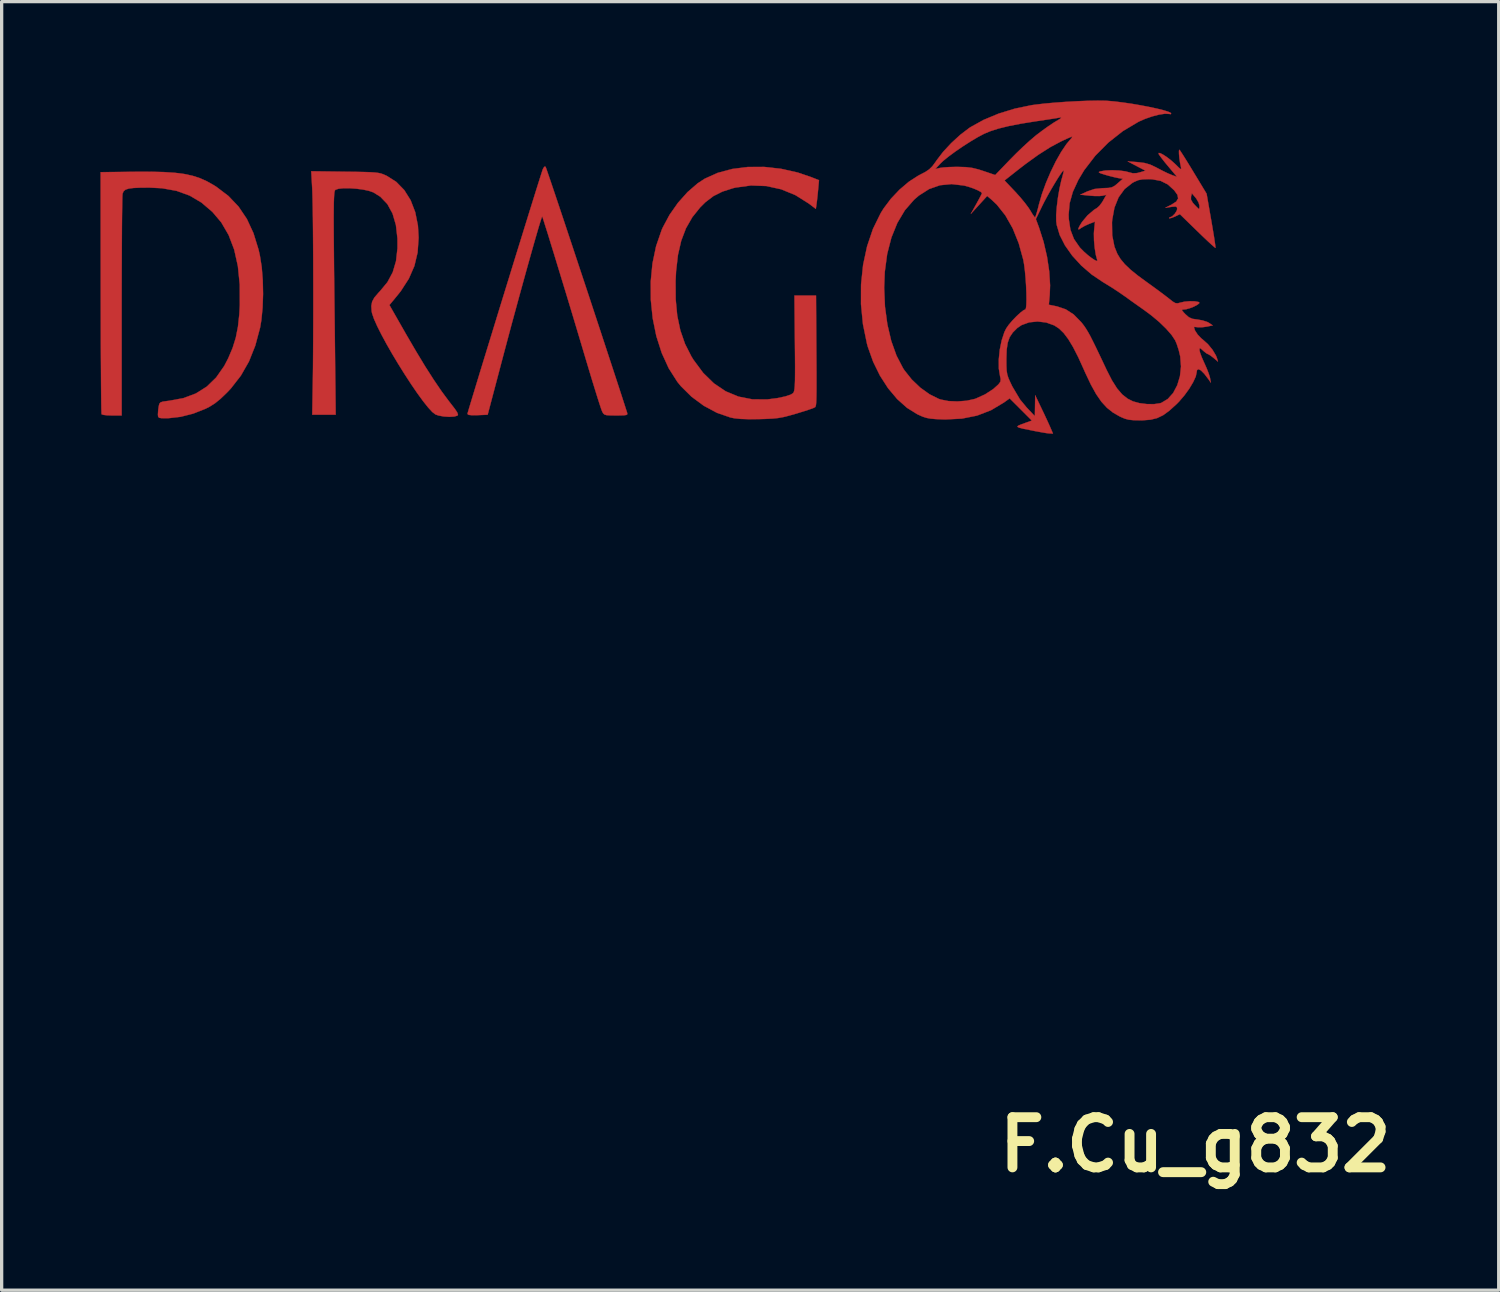
<source format=kicad_pcb>
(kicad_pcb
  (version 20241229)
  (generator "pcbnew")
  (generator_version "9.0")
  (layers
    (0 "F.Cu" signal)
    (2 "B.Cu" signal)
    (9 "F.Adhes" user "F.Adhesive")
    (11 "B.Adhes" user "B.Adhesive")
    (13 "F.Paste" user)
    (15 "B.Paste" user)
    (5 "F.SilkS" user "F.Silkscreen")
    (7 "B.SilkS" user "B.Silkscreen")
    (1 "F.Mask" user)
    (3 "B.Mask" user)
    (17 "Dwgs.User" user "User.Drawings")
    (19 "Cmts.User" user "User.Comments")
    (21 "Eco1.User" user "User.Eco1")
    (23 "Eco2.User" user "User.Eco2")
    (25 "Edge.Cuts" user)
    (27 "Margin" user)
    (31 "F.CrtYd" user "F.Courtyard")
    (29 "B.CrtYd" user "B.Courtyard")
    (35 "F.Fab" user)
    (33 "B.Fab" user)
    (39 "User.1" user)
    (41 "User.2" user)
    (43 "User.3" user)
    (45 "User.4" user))
  (footprint "F.Cu_g832"
    (layer "F.Cu")
    (at 33.241 31.704)
    (property "Reference" "F.Cu_g832" (at 0 0 0) (layer "F.SilkS") (effects (font (size 1.524 1.524) (thickness 0.3))))
    (attr through_hole)
    (fp_poly (pts (xy -19.711 -29.65) (xy -19.67 -29.533) (xy -19.607 -29.349) (xy -19.524 -29.104) (xy -19.423 -28.804) (xy -19.307 -28.458) (xy -19.177 -28.07) (xy -19.037 -27.648) (xy -18.887 -27.198) (xy -18.731 -26.727) (xy -18.57 -26.242) (xy -18.406 -25.748) (xy -18.243 -25.253) (xy -18.081 -24.763) (xy -17.924 -24.285) (xy -17.773 -23.825) (xy -17.63 -23.39) (xy -17.498 -22.987) (xy -17.379 -22.621) (xy -17.276 -22.3) (xy -17.248 -22.214) (xy -17.244 -22.178) (xy -17.272 -22.156) (xy -17.346 -22.145) (xy -17.481 -22.141) (xy -17.586 -22.14) (xy -17.761 -22.142) (xy -17.872 -22.149) (xy -17.938 -22.168) (xy -17.977 -22.204) (xy -18.007 -22.257) (xy -18.033 -22.324) (xy -18.079 -22.461) (xy -18.143 -22.661) (xy -18.221 -22.911) (xy -18.311 -23.202) (xy -18.408 -23.524) (xy -18.501 -23.834) (xy -18.614 -24.213) (xy -18.734 -24.614) (xy -18.858 -25.028) (xy -18.984 -25.447) (xy -19.11 -25.863) (xy -19.234 -26.269) (xy -19.352 -26.656) (xy -19.462 -27.017) (xy -19.563 -27.343) (xy -19.65 -27.628) (xy -19.724 -27.861) (xy -19.779 -28.037) (xy -19.815 -28.147) (xy -19.829 -28.183) (xy -19.845 -28.148) (xy -19.88 -28.039) (xy -19.934 -27.864) (xy -20.003 -27.628) (xy -20.086 -27.34) (xy -20.18 -27.007) (xy -20.284 -26.636) (xy -20.395 -26.235) (xy -20.512 -25.81) (xy -20.632 -25.37) (xy -20.754 -24.922) (xy -20.874 -24.473) (xy -20.992 -24.03) (xy -21.016 -23.939) (xy -21.485 -22.162) (xy -21.792 -22.149) (xy -21.964 -22.147) (xy -22.063 -22.158) (xy -22.098 -22.185) (xy -22.098 -22.189) (xy -22.086 -22.235) (xy -22.051 -22.355) (xy -21.995 -22.541) (xy -21.92 -22.788) (xy -21.829 -23.088) (xy -21.724 -23.434) (xy -21.606 -23.819) (xy -21.478 -24.236) (xy -21.342 -24.678) (xy -21.201 -25.139) (xy -21.056 -25.611) (xy -20.909 -26.087) (xy -20.763 -26.561) (xy -20.62 -27.025) (xy -20.481 -27.472) (xy -20.35 -27.896) (xy -20.228 -28.29) (xy -20.117 -28.646) (xy -20.02 -28.958) (xy -19.938 -29.218) (xy -19.874 -29.421) (xy -19.83 -29.558) (xy -19.808 -29.622) (xy -19.766 -29.692) (xy -19.728 -29.693) (xy -19.711 -29.65)) (stroke (width 0.01) (type solid)) (fill yes) (layer "F.Cu"))
    (fp_poly (pts (xy -31.32 -29.53) (xy -30.983 -29.508) (xy -30.695 -29.471) (xy -30.444 -29.417) (xy -30.219 -29.344) (xy -30.008 -29.249) (xy -29.799 -29.131) (xy -29.726 -29.085) (xy -29.358 -28.806) (xy -29.049 -28.482) (xy -28.796 -28.107) (xy -28.595 -27.674) (xy -28.441 -27.175) (xy -28.4 -26.993) (xy -28.345 -26.645) (xy -28.313 -26.248) (xy -28.304 -25.829) (xy -28.318 -25.417) (xy -28.355 -25.038) (xy -28.394 -24.807) (xy -28.54 -24.262) (xy -28.732 -23.78) (xy -28.977 -23.351) (xy -29.279 -22.963) (xy -29.4 -22.834) (xy -29.593 -22.649) (xy -29.76 -22.513) (xy -29.927 -22.407) (xy -30.057 -22.341) (xy -30.426 -22.196) (xy -30.809 -22.099) (xy -31.176 -22.057) (xy -31.24 -22.056) (xy -31.381 -22.057) (xy -31.458 -22.069) (xy -31.489 -22.1) (xy -31.496 -22.159) (xy -31.496 -22.177) (xy -31.487 -22.314) (xy -31.47 -22.427) (xy -31.452 -22.496) (xy -31.417 -22.537) (xy -31.344 -22.561) (xy -31.214 -22.579) (xy -31.164 -22.585) (xy -30.727 -22.665) (xy -30.345 -22.807) (xy -30.013 -23.016) (xy -29.728 -23.293) (xy -29.484 -23.642) (xy -29.362 -23.876) (xy -29.229 -24.189) (xy -29.132 -24.5) (xy -29.066 -24.835) (xy -29.025 -25.214) (xy -29.01 -25.488) (xy -29.012 -26.113) (xy -29.069 -26.675) (xy -29.181 -27.177) (xy -29.35 -27.619) (xy -29.575 -28.005) (xy -29.843 -28.321) (xy -30.176 -28.605) (xy -30.536 -28.817) (xy -30.932 -28.96) (xy -31.373 -29.039) (xy -31.75 -29.058) (xy -32.031 -29.056) (xy -32.238 -29.047) (xy -32.384 -29.028) (xy -32.48 -28.996) (xy -32.537 -28.949) (xy -32.566 -28.884) (xy -32.57 -28.865) (xy -32.575 -28.803) (xy -32.579 -28.662) (xy -32.582 -28.451) (xy -32.586 -28.175) (xy -32.589 -27.842) (xy -32.591 -27.457) (xy -32.593 -27.029) (xy -32.595 -26.563) (xy -32.596 -26.067) (xy -32.597 -25.547) (xy -32.597 -25.437) (xy -32.597 -22.14) (xy -32.891 -22.14) (xy -33.04 -22.145) (xy -33.153 -22.158) (xy -33.206 -22.176) (xy -33.207 -22.177) (xy -33.21 -22.224) (xy -33.214 -22.349) (xy -33.217 -22.547) (xy -33.22 -22.811) (xy -33.223 -23.134) (xy -33.225 -23.512) (xy -33.228 -23.937) (xy -33.23 -24.404) (xy -33.231 -24.905) (xy -33.232 -25.436) (xy -33.233 -25.87) (xy -33.236 -29.527) (xy -32.188 -29.539) (xy -31.718 -29.54) (xy -31.32 -29.53)) (stroke (width 0.01) (type solid)) (fill yes) (layer "F.Cu"))
    (fp_poly (pts (xy -12.581 -29.63) (xy -12.072 -29.516) (xy -11.65 -29.372) (xy -11.425 -29.283) (xy -11.451 -29.003) (xy -11.468 -28.829) (xy -11.486 -28.664) (xy -11.499 -28.567) (xy -11.521 -28.412) (xy -11.736 -28.575) (xy -12.14 -28.829) (xy -12.573 -29.007) (xy -13.026 -29.106) (xy -13.491 -29.123) (xy -13.959 -29.059) (xy -14.03 -29.042) (xy -14.358 -28.937) (xy -14.63 -28.801) (xy -14.873 -28.616) (xy -15.03 -28.461) (xy -15.272 -28.159) (xy -15.464 -27.824) (xy -15.608 -27.446) (xy -15.707 -27.016) (xy -15.764 -26.524) (xy -15.779 -26.226) (xy -15.776 -25.666) (xy -15.729 -25.17) (xy -15.635 -24.723) (xy -15.493 -24.314) (xy -15.299 -23.931) (xy -15.235 -23.828) (xy -14.94 -23.431) (xy -14.614 -23.113) (xy -14.257 -22.873) (xy -13.868 -22.712) (xy -13.449 -22.63) (xy -12.998 -22.627) (xy -12.687 -22.667) (xy -12.444 -22.719) (xy -12.283 -22.773) (xy -12.213 -22.817) (xy -12.194 -22.845) (xy -12.179 -22.888) (xy -12.168 -22.954) (xy -12.16 -23.052) (xy -12.154 -23.19) (xy -12.152 -23.379) (xy -12.151 -23.625) (xy -12.153 -23.939) (xy -12.157 -24.329) (xy -12.157 -24.338) (xy -12.171 -25.781) (xy -11.843 -25.781) (xy -11.515 -25.781) (xy -11.506 -24.268) (xy -11.503 -23.825) (xy -11.501 -23.46) (xy -11.501 -23.164) (xy -11.501 -22.93) (xy -11.503 -22.751) (xy -11.506 -22.618) (xy -11.511 -22.523) (xy -11.517 -22.461) (xy -11.526 -22.422) (xy -11.537 -22.399) (xy -11.545 -22.39) (xy -11.596 -22.366) (xy -11.712 -22.324) (xy -11.877 -22.27) (xy -12.074 -22.209) (xy -12.107 -22.199) (xy -12.329 -22.136) (xy -12.507 -22.091) (xy -12.669 -22.062) (xy -12.84 -22.045) (xy -13.049 -22.035) (xy -13.25 -22.029) (xy -13.563 -22.027) (xy -13.806 -22.035) (xy -13.997 -22.055) (xy -14.115 -22.079) (xy -14.524 -22.221) (xy -14.923 -22.435) (xy -15.293 -22.708) (xy -15.616 -23.027) (xy -15.726 -23.162) (xy -15.988 -23.573) (xy -16.201 -24.04) (xy -16.364 -24.55) (xy -16.474 -25.09) (xy -16.531 -25.647) (xy -16.534 -26.206) (xy -16.481 -26.755) (xy -16.371 -27.28) (xy -16.203 -27.769) (xy -16.171 -27.842) (xy -15.963 -28.231) (xy -15.707 -28.596) (xy -15.418 -28.92) (xy -15.11 -29.187) (xy -14.895 -29.328) (xy -14.505 -29.504) (xy -14.066 -29.623) (xy -13.591 -29.684) (xy -13.091 -29.686) (xy -12.581 -29.63)) (stroke (width 0.01) (type solid)) (fill yes) (layer "F.Cu"))
    (fp_poly (pts (xy -25.814 -29.541) (xy -25.492 -29.537) (xy -25.243 -29.532) (xy -25.053 -29.526) (xy -24.912 -29.517) (xy -24.806 -29.504) (xy -24.723 -29.486) (xy -24.652 -29.461) (xy -24.58 -29.429) (xy -24.553 -29.417) (xy -24.261 -29.233) (xy -24.017 -28.983) (xy -23.823 -28.674) (xy -23.684 -28.312) (xy -23.602 -27.904) (xy -23.581 -27.538) (xy -23.612 -27.09) (xy -23.709 -26.681) (xy -23.878 -26.294) (xy -24.122 -25.916) (xy -24.237 -25.772) (xy -24.468 -25.493) (xy -23.976 -24.631) (xy -23.663 -24.094) (xy -23.38 -23.626) (xy -23.122 -23.223) (xy -22.886 -22.876) (xy -22.666 -22.579) (xy -22.609 -22.506) (xy -22.485 -22.345) (xy -22.412 -22.237) (xy -22.386 -22.171) (xy -22.399 -22.137) (xy -22.4 -22.136) (xy -22.499 -22.107) (xy -22.649 -22.098) (xy -22.818 -22.109) (xy -22.976 -22.138) (xy -23.072 -22.172) (xy -23.168 -22.247) (xy -23.296 -22.387) (xy -23.45 -22.581) (xy -23.623 -22.819) (xy -23.81 -23.092) (xy -24.002 -23.387) (xy -24.195 -23.696) (xy -24.382 -24.007) (xy -24.556 -24.311) (xy -24.71 -24.596) (xy -24.839 -24.853) (xy -24.936 -25.071) (xy -24.994 -25.239) (xy -25.007 -25.302) (xy -25.017 -25.464) (xy -24.992 -25.596) (xy -24.923 -25.722) (xy -24.799 -25.867) (xy -24.753 -25.915) (xy -24.528 -26.187) (xy -24.367 -26.488) (xy -24.267 -26.827) (xy -24.223 -27.216) (xy -24.224 -27.514) (xy -24.271 -27.924) (xy -24.373 -28.272) (xy -24.53 -28.558) (xy -24.742 -28.78) (xy -24.954 -28.913) (xy -25.092 -28.961) (xy -25.272 -28.999) (xy -25.475 -29.025) (xy -25.679 -29.039) (xy -25.866 -29.038) (xy -26.015 -29.023) (xy -26.106 -28.991) (xy -26.117 -28.981) (xy -26.128 -28.957) (xy -26.138 -28.911) (xy -26.145 -28.837) (xy -26.151 -28.729) (xy -26.156 -28.583) (xy -26.158 -28.392) (xy -26.16 -28.151) (xy -26.159 -27.854) (xy -26.157 -27.496) (xy -26.153 -27.071) (xy -26.149 -26.574) (xy -26.142 -25.998) (xy -26.141 -25.895) (xy -26.135 -25.387) (xy -26.129 -24.895) (xy -26.124 -24.428) (xy -26.119 -23.994) (xy -26.115 -23.6) (xy -26.111 -23.253) (xy -26.107 -22.963) (xy -26.105 -22.737) (xy -26.103 -22.581) (xy -26.102 -22.521) (xy -26.099 -22.162) (xy -26.811 -22.162) (xy -26.793 -23.22) (xy -26.788 -23.576) (xy -26.785 -23.978) (xy -26.782 -24.418) (xy -26.78 -24.884) (xy -26.779 -25.369) (xy -26.779 -25.861) (xy -26.78 -26.352) (xy -26.781 -26.832) (xy -26.784 -27.291) (xy -26.787 -27.719) (xy -26.791 -28.108) (xy -26.796 -28.447) (xy -26.802 -28.727) (xy -26.808 -28.938) (xy -26.812 -29.033) (xy -26.842 -29.555) (xy -25.814 -29.541)) (stroke (width 0.01) (type solid)) (fill yes) (layer "F.Cu"))
    (fp_poly (pts (xy -2.733 -31.696) (xy -2.688 -31.694) (xy -2.464 -31.675) (xy -2.21 -31.644) (xy -1.94 -31.605) (xy -1.666 -31.558) (xy -1.404 -31.508) (xy -1.167 -31.457) (xy -0.968 -31.408) (xy -0.822 -31.363) (xy -0.742 -31.324) (xy -0.734 -31.315) (xy -0.742 -31.288) (xy -0.798 -31.295) (xy -0.923 -31.301) (xy -1.101 -31.274) (xy -1.309 -31.22) (xy -1.526 -31.145) (xy -1.719 -31.06) (xy -2.196 -30.776) (xy -2.639 -30.427) (xy -3.037 -30.026) (xy -3.375 -29.586) (xy -3.552 -29.291) (xy -3.719 -28.928) (xy -3.816 -28.583) (xy -3.846 -28.238) (xy -3.842 -28.11) (xy -3.792 -27.779) (xy -3.684 -27.497) (xy -3.511 -27.247) (xy -3.487 -27.22) (xy -3.382 -27.114) (xy -3.266 -27.011) (xy -3.152 -26.923) (xy -3.056 -26.859) (xy -2.992 -26.83) (xy -2.974 -26.846) (xy -2.976 -26.854) (xy -3.02 -27.015) (xy -3.054 -27.226) (xy -3.075 -27.454) (xy -3.079 -27.666) (xy -3.073 -27.755) (xy -3.046 -28.025) (xy -3.227 -27.955) (xy -3.355 -27.897) (xy -3.459 -27.838) (xy -3.482 -27.821) (xy -3.54 -27.784) (xy -3.552 -27.809) (xy -3.518 -27.886) (xy -3.442 -28.01) (xy -3.44 -28.013) (xy -3.272 -28.215) (xy -3.076 -28.382) (xy -2.985 -28.439) (xy -2.913 -28.503) (xy -2.832 -28.61) (xy -2.8 -28.663) (xy -2.7 -28.84) (xy -2.812 -28.812) (xy -2.911 -28.802) (xy -3.061 -28.803) (xy -3.208 -28.814) (xy -3.493 -28.843) (xy -3.281 -28.941) (xy -3.061 -29.016) (xy -2.81 -29.042) (xy -2.794 -29.042) (xy -2.637 -29.048) (xy -2.531 -29.068) (xy -2.444 -29.115) (xy -2.36 -29.185) (xy -2.2 -29.326) (xy -2.338 -29.348) (xy -2.455 -29.373) (xy -2.613 -29.413) (xy -2.731 -29.446) (xy -2.864 -29.488) (xy -2.925 -29.515) (xy -2.924 -29.535) (xy -2.879 -29.552) (xy -2.723 -29.578) (xy -2.522 -29.586) (xy -2.31 -29.577) (xy -2.124 -29.552) (xy -2.039 -29.53) (xy -1.898 -29.493) (xy -1.771 -29.499) (xy -1.689 -29.52) (xy -1.512 -29.571) (xy -1.783 -29.713) (xy -2.053 -29.855) (xy -1.743 -29.831) (xy -1.542 -29.806) (xy -1.375 -29.759) (xy -1.197 -29.676) (xy -1.151 -29.651) (xy -0.988 -29.566) (xy -0.831 -29.49) (xy -0.713 -29.441) (xy -0.711 -29.44) (xy -0.554 -29.384) (xy -0.81 -29.689) (xy -0.928 -29.831) (xy -1.027 -29.958) (xy -1.093 -30.048) (xy -1.109 -30.072) (xy -1.112 -30.11) (xy -1.064 -30.103) (xy -0.978 -30.059) (xy -0.867 -29.987) (xy -0.747 -29.895) (xy -0.63 -29.792) (xy -0.597 -29.76) (xy -0.497 -29.662) (xy -0.444 -29.62) (xy -0.428 -29.63) (xy -0.435 -29.676) (xy -0.463 -29.814) (xy -0.484 -29.957) (xy -0.495 -30.084) (xy -0.496 -30.175) (xy -0.484 -30.208) (xy -0.478 -30.205) (xy -0.444 -30.156) (xy -0.374 -30.048) (xy -0.276 -29.892) (xy -0.158 -29.7) (xy -0.047 -29.517) (xy 0.343 -28.872) (xy 0.485 -28.057) (xy 0.528 -27.805) (xy 0.565 -27.584) (xy 0.592 -27.405) (xy 0.609 -27.282) (xy 0.614 -27.228) (xy 0.613 -27.227) (xy 0.58 -27.25) (xy 0.496 -27.324) (xy 0.372 -27.438) (xy 0.217 -27.585) (xy 0.065 -27.732) (xy -0.468 -28.251) (xy -0.62 -28.178) (xy -0.722 -28.138) (xy -0.787 -28.125) (xy -0.795 -28.129) (xy -0.788 -28.151) (xy -0.777 -28.152) (xy -0.702 -28.185) (xy -0.621 -28.265) (xy -0.563 -28.358) (xy -0.55 -28.411) (xy -0.559 -28.464) (xy -0.601 -28.483) (xy -0.699 -28.476) (xy -0.73 -28.472) (xy -0.91 -28.446) (xy -0.72 -28.542) (xy -0.579 -28.633) (xy -0.541 -28.694) (xy -0.131 -28.694) (xy -0.077 -28.599) (xy -0.028 -28.543) (xy 0.053 -28.46) (xy 0.105 -28.411) (xy 0.114 -28.406) (xy 0.124 -28.442) (xy 0.127 -28.508) (xy 0.1 -28.605) (xy 0.034 -28.719) (xy 0.012 -28.748) (xy -0.104 -28.885) (xy -0.13 -28.783) (xy -0.131 -28.694) (xy -0.541 -28.694) (xy -0.521 -28.728) (xy -0.542 -28.839) (xy -0.639 -28.975) (xy -0.834 -29.154) (xy -1.052 -29.263) (xy -1.312 -29.311) (xy -1.418 -29.315) (xy -1.598 -29.309) (xy -1.73 -29.285) (xy -1.85 -29.234) (xy -1.909 -29.202) (xy -2.148 -29.013) (xy -2.33 -28.762) (xy -2.455 -28.45) (xy -2.523 -28.079) (xy -2.529 -27.999) (xy -2.523 -27.611) (xy -2.455 -27.266) (xy -2.369 -27.051) (xy -2.272 -26.891) (xy -2.141 -26.733) (xy -1.965 -26.565) (xy -1.733 -26.378) (xy -1.498 -26.206) (xy -1.298 -26.062) (xy -1.104 -25.92) (xy -0.936 -25.794) (xy -0.813 -25.699) (xy -0.794 -25.684) (xy -0.678 -25.593) (xy -0.6 -25.55) (xy -0.532 -25.545) (xy -0.459 -25.565) (xy -0.328 -25.595) (xy -0.17 -25.609) (xy -0.019 -25.606) (xy 0.094 -25.586) (xy 0.119 -25.575) (xy 0.117 -25.543) (xy 0.054 -25.495) (xy -0.046 -25.443) (xy -0.164 -25.397) (xy -0.278 -25.365) (xy -0.344 -25.358) (xy -0.398 -25.353) (xy -0.403 -25.33) (xy -0.356 -25.272) (xy -0.301 -25.214) (xy -0.197 -25.123) (xy -0.09 -25.075) (xy 0.062 -25.053) (xy 0.063 -25.053) (xy 0.218 -25.026) (xy 0.358 -24.981) (xy 0.409 -24.955) (xy 0.529 -24.875) (xy 0.36 -24.839) (xy 0.219 -24.819) (xy 0.091 -24.817) (xy 0.074 -24.819) (xy -0.01 -24.828) (xy -0.042 -24.827) (xy -0.011 -24.723) (xy 0.07 -24.598) (xy 0.18 -24.482) (xy 0.224 -24.447) (xy 0.382 -24.306) (xy 0.524 -24.132) (xy 0.628 -23.957) (xy 0.658 -23.878) (xy 0.688 -23.775) (xy 0.553 -23.889) (xy 0.461 -23.96) (xy 0.395 -24) (xy 0.384 -24.003) (xy 0.334 -24.029) (xy 0.253 -24.094) (xy 0.239 -24.107) (xy 0.165 -24.172) (xy 0.134 -24.181) (xy 0.127 -24.137) (xy 0.127 -24.123) (xy 0.145 -24.045) (xy 0.192 -23.916) (xy 0.259 -23.763) (xy 0.273 -23.734) (xy 0.347 -23.567) (xy 0.408 -23.41) (xy 0.444 -23.292) (xy 0.446 -23.283) (xy 0.473 -23.135) (xy 0.399 -23.241) (xy 0.272 -23.407) (xy 0.169 -23.51) (xy 0.093 -23.546) (xy 0.05 -23.513) (xy 0.042 -23.456) (xy 0.014 -23.323) (xy -0.066 -23.15) (xy -0.184 -22.953) (xy -0.331 -22.75) (xy -0.495 -22.559) (xy -0.566 -22.487) (xy -0.785 -22.288) (xy -0.975 -22.149) (xy -1.16 -22.06) (xy -1.36 -22.011) (xy -1.598 -21.993) (xy -1.672 -21.992) (xy -1.87 -21.996) (xy -2.014 -22.01) (xy -2.135 -22.041) (xy -2.262 -22.095) (xy -2.296 -22.111) (xy -2.502 -22.23) (xy -2.684 -22.375) (xy -2.851 -22.558) (xy -3.011 -22.79) (xy -3.172 -23.081) (xy -3.342 -23.441) (xy -3.381 -23.529) (xy -3.554 -23.91) (xy -3.711 -24.217) (xy -3.857 -24.459) (xy -3.997 -24.644) (xy -4.138 -24.78) (xy -4.283 -24.875) (xy -4.528 -24.963) (xy -4.79 -24.993) (xy -5.046 -24.967) (xy -5.274 -24.884) (xy -5.403 -24.797) (xy -5.541 -24.659) (xy -5.637 -24.516) (xy -5.696 -24.348) (xy -5.727 -24.137) (xy -5.736 -23.862) (xy -5.736 -23.855) (xy -5.735 -23.649) (xy -5.728 -23.501) (xy -5.709 -23.384) (xy -5.673 -23.272) (xy -5.613 -23.138) (xy -5.555 -23.018) (xy -5.323 -22.627) (xy -5.122 -22.383) (xy -4.871 -22.119) (xy -4.861 -22.754) (xy -4.669 -22.352) (xy -4.578 -22.162) (xy -4.493 -21.979) (xy -4.425 -21.83) (xy -4.399 -21.77) (xy -4.321 -21.59) (xy -4.436 -21.595) (xy -4.524 -21.605) (xy -4.672 -21.63) (xy -4.858 -21.664) (xy -5.016 -21.696) (xy -5.224 -21.738) (xy -5.351 -21.77) (xy -5.402 -21.797) (xy -5.38 -21.828) (xy -5.287 -21.868) (xy -5.126 -21.926) (xy -5.116 -21.93) (xy -4.962 -21.985) (xy -5.299 -22.322) (xy -5.636 -22.659) (xy -5.813 -22.532) (xy -6.205 -22.298) (xy -6.627 -22.136) (xy -7.088 -22.044) (xy -7.593 -22.019) (xy -7.662 -22.021) (xy -7.881 -22.03) (xy -8.04 -22.044) (xy -8.163 -22.067) (xy -8.277 -22.104) (xy -8.405 -22.161) (xy -8.443 -22.179) (xy -8.755 -22.373) (xy -9.053 -22.64) (xy -9.329 -22.969) (xy -9.574 -23.349) (xy -9.78 -23.769) (xy -9.94 -24.217) (xy -9.969 -24.32) (xy -10.091 -24.914) (xy -10.15 -25.519) (xy -10.149 -26.017) (xy -9.447 -26.017) (xy -9.422 -25.444) (xy -9.349 -24.903) (xy -9.232 -24.404) (xy -9.073 -23.959) (xy -8.875 -23.578) (xy -8.831 -23.511) (xy -8.609 -23.232) (xy -8.349 -22.984) (xy -8.069 -22.783) (xy -7.79 -22.644) (xy -7.727 -22.623) (xy -7.494 -22.577) (xy -7.221 -22.566) (xy -6.943 -22.587) (xy -6.699 -22.641) (xy -6.659 -22.655) (xy -6.382 -22.781) (xy -6.137 -22.94) (xy -5.98 -23.08) (xy -5.918 -23.163) (xy -5.909 -23.247) (xy -5.927 -23.328) (xy -5.965 -23.559) (xy -5.967 -23.837) (xy -5.937 -24.135) (xy -5.878 -24.422) (xy -5.795 -24.673) (xy -5.738 -24.787) (xy -5.661 -24.896) (xy -5.553 -25.023) (xy -5.432 -25.149) (xy -5.314 -25.258) (xy -5.217 -25.333) (xy -5.161 -25.358) (xy -5.141 -25.397) (xy -5.13 -25.505) (xy -5.126 -25.666) (xy -5.129 -25.865) (xy -5.138 -26.086) (xy -5.153 -26.312) (xy -5.173 -26.53) (xy -5.197 -26.722) (xy -5.221 -26.861) (xy -5.361 -27.368) (xy -5.544 -27.822) (xy -5.703 -28.103) (xy -4.841 -28.103) (xy -4.744 -27.842) (xy -4.606 -27.41) (xy -4.502 -26.959) (xy -4.435 -26.512) (xy -4.409 -26.091) (xy -4.42 -25.8) (xy -4.447 -25.502) (xy -4.198 -25.451) (xy -3.933 -25.362) (xy -3.694 -25.207) (xy -3.467 -24.976) (xy -3.431 -24.932) (xy -3.373 -24.856) (xy -3.318 -24.774) (xy -3.259 -24.677) (xy -3.191 -24.555) (xy -3.111 -24.397) (xy -3.011 -24.194) (xy -2.888 -23.937) (xy -2.735 -23.614) (xy -2.696 -23.53) (xy -2.533 -23.21) (xy -2.377 -22.963) (xy -2.22 -22.779) (xy -2.053 -22.648) (xy -1.89 -22.567) (xy -1.695 -22.514) (xy -1.471 -22.486) (xy -1.251 -22.484) (xy -1.069 -22.511) (xy -1.029 -22.524) (xy -0.835 -22.641) (xy -0.672 -22.823) (xy -0.548 -23.058) (xy -0.466 -23.33) (xy -0.434 -23.625) (xy -0.457 -23.928) (xy -0.46 -23.945) (xy -0.504 -24.128) (xy -0.564 -24.311) (xy -0.611 -24.421) (xy -0.719 -24.584) (xy -0.885 -24.774) (xy -1.095 -24.978) (xy -1.335 -25.179) (xy -1.545 -25.335) (xy -1.733 -25.468) (xy -1.945 -25.618) (xy -2.134 -25.755) (xy -2.138 -25.757) (xy -2.318 -25.882) (xy -2.532 -26.023) (xy -2.743 -26.153) (xy -2.794 -26.183) (xy -3.145 -26.419) (xy -3.462 -26.692) (xy -3.735 -26.99) (xy -3.956 -27.303) (xy -4.117 -27.619) (xy -4.208 -27.926) (xy -4.222 -28.038) (xy -4.224 -28.229) (xy -4.205 -28.475) (xy -4.171 -28.749) (xy -4.124 -29.024) (xy -4.068 -29.275) (xy -4.041 -29.371) (xy -4.01 -29.487) (xy -3.995 -29.564) (xy -3.997 -29.58) (xy -4.027 -29.557) (xy -4.089 -29.472) (xy -4.175 -29.341) (xy -4.275 -29.177) (xy -4.383 -28.994) (xy -4.489 -28.806) (xy -4.586 -28.625) (xy -4.646 -28.506) (xy -4.841 -28.103) (xy -5.703 -28.103) (xy -5.767 -28.215) (xy -6.026 -28.541) (xy -6.183 -28.689) (xy -6.319 -28.804) (xy -6.568 -28.531) (xy -6.817 -28.258) (xy -6.647 -28.563) (xy -6.569 -28.706) (xy -6.509 -28.819) (xy -6.479 -28.883) (xy -6.477 -28.89) (xy -6.514 -28.928) (xy -6.61 -28.98) (xy -6.743 -29.036) (xy -6.891 -29.086) (xy -7.019 -29.12) (xy -7.399 -29.165) (xy -7.752 -29.13) (xy -8.081 -29.015) (xy -8.392 -28.817) (xy -8.54 -28.689) (xy -8.818 -28.37) (xy -9.047 -27.985) (xy -9.227 -27.541) (xy -9.355 -27.044) (xy -9.428 -26.499) (xy -9.447 -26.017) (xy -10.149 -26.017) (xy -10.148 -26.122) (xy -10.086 -26.712) (xy -9.965 -27.276) (xy -9.787 -27.803) (xy -9.553 -28.28) (xy -9.462 -28.427) (xy -9.242 -28.719) (xy -8.981 -28.995) (xy -8.7 -29.234) (xy -8.638 -29.275) (xy -5.792 -29.275) (xy -5.468 -28.934) (xy -5.319 -28.769) (xy -5.178 -28.599) (xy -5.065 -28.448) (xy -5.016 -28.373) (xy -4.946 -28.256) (xy -4.89 -28.176) (xy -4.866 -28.153) (xy -4.847 -28.19) (xy -4.814 -28.293) (xy -4.773 -28.443) (xy -4.748 -28.546) (xy -4.657 -28.861) (xy -4.535 -29.197) (xy -4.391 -29.535) (xy -4.234 -29.857) (xy -4.071 -30.144) (xy -3.913 -30.378) (xy -3.819 -30.491) (xy -3.756 -30.564) (xy -3.736 -30.605) (xy -3.74 -30.607) (xy -3.79 -30.59) (xy -3.895 -30.545) (xy -4.036 -30.48) (xy -4.076 -30.461) (xy -4.403 -30.286) (xy -4.763 -30.057) (xy -5.162 -29.769) (xy -5.396 -29.588) (xy -5.792 -29.275) (xy -8.638 -29.275) (xy -8.42 -29.416) (xy -8.366 -29.445) (xy -8.195 -29.534) (xy -8.076 -29.614) (xy -8.066 -29.624) (xy -7.895 -29.624) (xy -7.747 -29.657) (xy -7.638 -29.671) (xy -7.473 -29.682) (xy -7.281 -29.687) (xy -7.197 -29.687) (xy -6.963 -29.68) (xy -6.771 -29.656) (xy -6.581 -29.609) (xy -6.435 -29.562) (xy -6.075 -29.44) (xy -5.625 -29.908) (xy -5.433 -30.102) (xy -5.226 -30.301) (xy -5.026 -30.483) (xy -4.856 -30.628) (xy -4.828 -30.651) (xy -4.65 -30.786) (xy -4.466 -30.918) (xy -4.303 -31.027) (xy -4.241 -31.065) (xy -4.121 -31.137) (xy -4.07 -31.176) (xy -4.084 -31.187) (xy -4.128 -31.182) (xy -4.215 -31.167) (xy -4.367 -31.143) (xy -4.564 -31.113) (xy -4.786 -31.08) (xy -4.847 -31.071) (xy -5.296 -30.999) (xy -5.67 -30.926) (xy -5.979 -30.85) (xy -6.232 -30.768) (xy -6.409 -30.694) (xy -6.598 -30.594) (xy -6.82 -30.462) (xy -7.056 -30.311) (xy -7.285 -30.154) (xy -7.49 -30.003) (xy -7.652 -29.872) (xy -7.726 -29.802) (xy -7.895 -29.624) (xy -8.066 -29.624) (xy -7.981 -29.709) (xy -7.883 -29.842) (xy -7.855 -29.884) (xy -7.658 -30.142) (xy -7.41 -30.409) (xy -7.138 -30.659) (xy -6.868 -30.865) (xy -6.825 -30.894) (xy -6.428 -31.114) (xy -5.972 -31.304) (xy -5.481 -31.455) (xy -4.976 -31.56) (xy -4.868 -31.575) (xy -4.591 -31.608) (xy -4.271 -31.637) (xy -3.927 -31.662) (xy -3.581 -31.681) (xy -3.253 -31.694) (xy -2.964 -31.699) (xy -2.733 -31.696)) (stroke (width 0.01) (type solid)) (fill yes) (layer "F.Cu")))
  (gr_rect
    (start -3 -3)
    (end 42.453 36.122)
    (stroke (width 0.1) (type default))
    (fill no)
    (layer "Edge.Cuts")))
</source>
